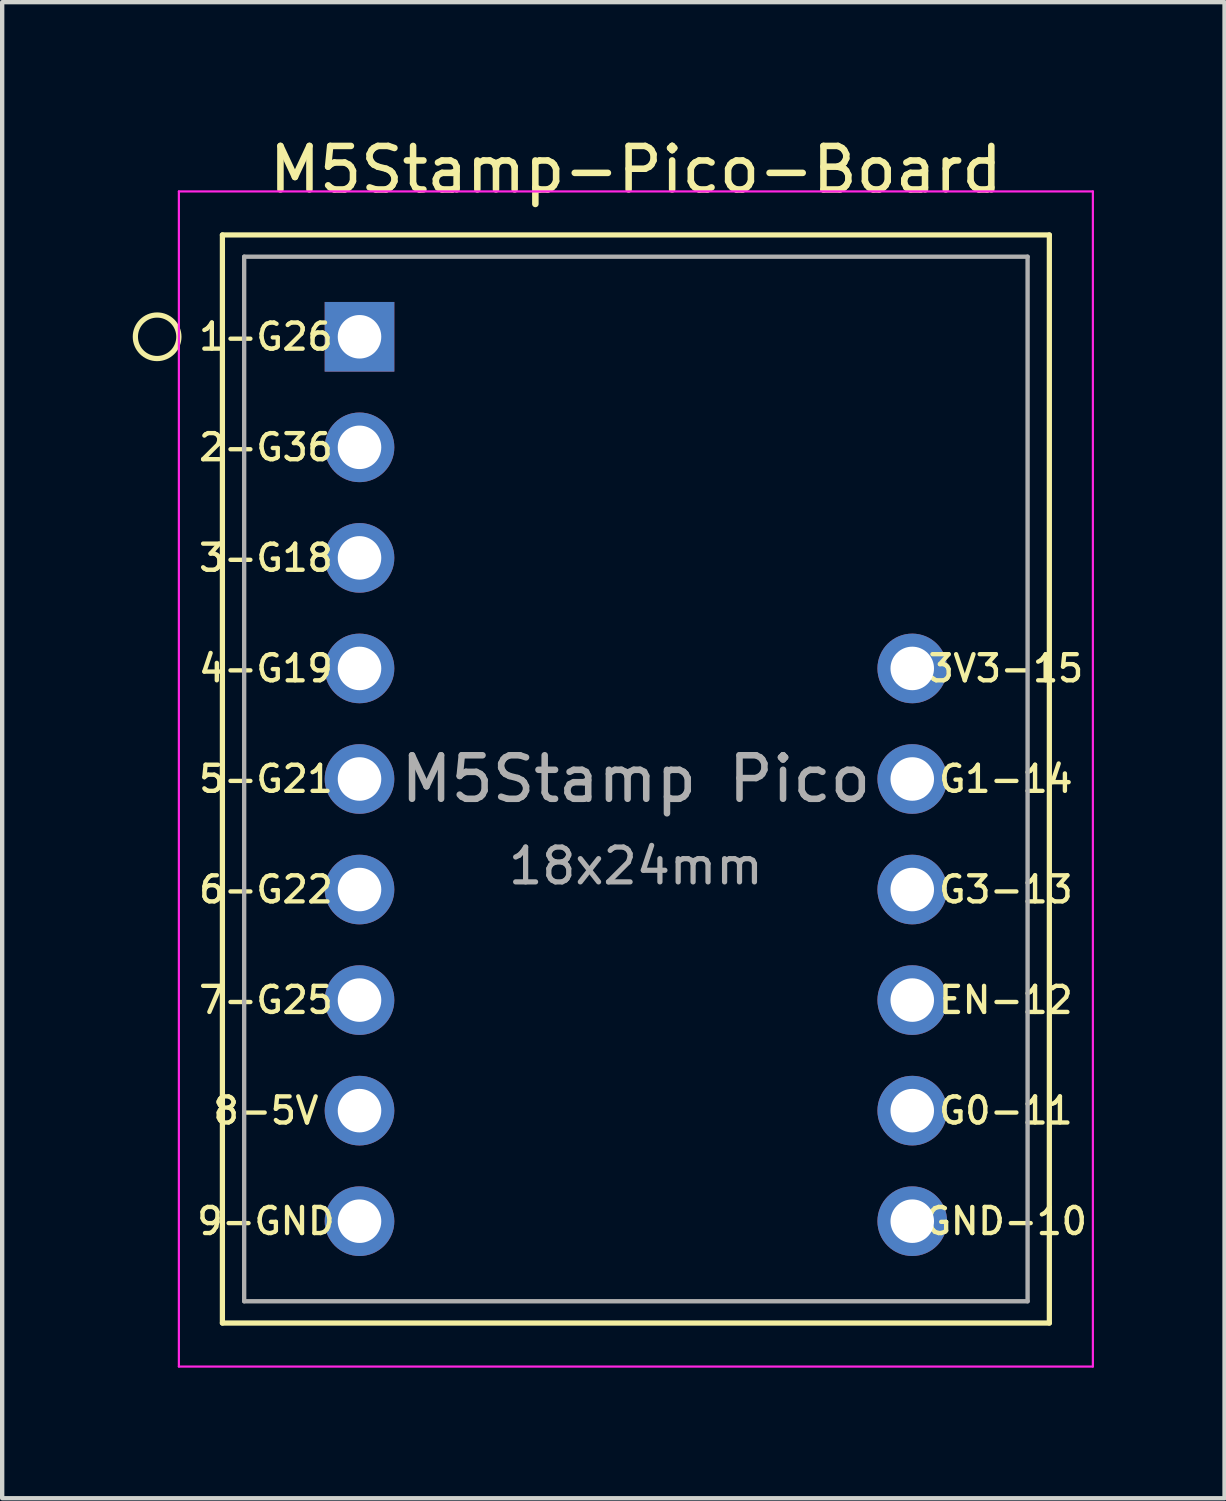
<source format=kicad_pcb>
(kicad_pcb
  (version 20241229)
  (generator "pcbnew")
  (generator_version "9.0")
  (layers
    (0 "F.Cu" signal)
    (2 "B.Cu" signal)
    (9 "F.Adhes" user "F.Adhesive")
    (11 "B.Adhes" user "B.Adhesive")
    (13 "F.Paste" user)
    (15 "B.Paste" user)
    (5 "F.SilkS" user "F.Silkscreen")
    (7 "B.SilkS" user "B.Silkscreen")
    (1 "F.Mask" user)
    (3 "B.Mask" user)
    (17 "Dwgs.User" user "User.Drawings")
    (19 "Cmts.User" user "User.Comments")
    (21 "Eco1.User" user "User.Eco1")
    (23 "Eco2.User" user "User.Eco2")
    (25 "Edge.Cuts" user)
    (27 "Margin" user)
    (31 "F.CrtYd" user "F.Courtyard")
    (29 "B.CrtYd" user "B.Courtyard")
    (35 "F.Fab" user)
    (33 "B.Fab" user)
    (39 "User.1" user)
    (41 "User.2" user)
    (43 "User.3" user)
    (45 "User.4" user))
  (footprint "M5Stamp-Pico-Board"
    (layer "F.Cu")
    (at 11.56 14.848)
    (property "Reference" "M5Stamp-Pico-Board" (at 0 -14 0) (layer "F.SilkS") (effects (font (size 1 1) (thickness 0.15))))
    (attr through_hole)
    (fp_line (start -9.5 -12.5) (end 9.5 -12.5) (stroke (width 0.12) (type solid)) (layer "F.SilkS"))
    (fp_line (start -9.5 12.5) (end -9.5 -12.5) (stroke (width 0.12) (type solid)) (layer "F.SilkS"))
    (fp_line (start 9.5 -12.5) (end 9.5 12.5) (stroke (width 0.12) (type solid)) (layer "F.SilkS"))
    (fp_line (start 9.5 12.5) (end -9.5 12.5) (stroke (width 0.12) (type solid)) (layer "F.SilkS"))
    (fp_circle (center -11 -10.16) (end -10.5 -10.16) (stroke (width 0.12) (type solid)) (fill no) (layer "F.SilkS"))
    (fp_line (start -10.5 -13.5) (end 10.5 -13.5) (stroke (width 0.05) (type solid)) (layer "F.CrtYd"))
    (fp_line (start -10.5 13.5) (end -10.5 -13.5) (stroke (width 0.05) (type solid)) (layer "F.CrtYd"))
    (fp_line (start 10.5 -13.5) (end 10.5 13.5) (stroke (width 0.05) (type solid)) (layer "F.CrtYd"))
    (fp_line (start 10.5 13.5) (end -10.5 13.5) (stroke (width 0.05) (type solid)) (layer "F.CrtYd"))
    (fp_line (start -9 -12) (end 9 -12) (stroke (width 0.1) (type solid)) (layer "F.Fab"))
    (fp_line (start -9 12) (end -9 -12) (stroke (width 0.1) (type solid)) (layer "F.Fab"))
    (fp_line (start 9 -12) (end 9 12) (stroke (width 0.1) (type solid)) (layer "F.Fab"))
    (fp_line (start 9 12) (end -9 12) (stroke (width 0.1) (type solid)) (layer "F.Fab"))
    (fp_text user "G1-14" (at 8.5 0 0) (layer "F.SilkS") (effects (font (size 0.6 0.6) (thickness 0.1))))
    (fp_text user "9-GND" (at -8.5 10.16 0) (layer "F.SilkS") (effects (font (size 0.6 0.6) (thickness 0.1))))
    (fp_text user "G3-13" (at 8.5 2.54 0) (layer "F.SilkS") (effects (font (size 0.6 0.6) (thickness 0.1))))
    (fp_text user "3V3-15" (at 8.5 -2.54 0) (layer "F.SilkS") (effects (font (size 0.6 0.6) (thickness 0.1))))
    (fp_text user "4-G19" (at -8.5 -2.54 0) (layer "F.SilkS") (effects (font (size 0.6 0.6) (thickness 0.1))))
    (fp_text user "6-G22" (at -8.5 2.54 0) (layer "F.SilkS") (effects (font (size 0.6 0.6) (thickness 0.1))))
    (fp_text user "2-G36" (at -8.5 -7.62 0) (layer "F.SilkS") (effects (font (size 0.6 0.6) (thickness 0.1))))
    (fp_text user "8-5V" (at -8.5 7.62 0) (layer "F.SilkS") (effects (font (size 0.6 0.6) (thickness 0.1))))
    (fp_text user "5-G21" (at -8.5 0 0) (layer "F.SilkS") (effects (font (size 0.6 0.6) (thickness 0.1))))
    (fp_text user "7-G25" (at -8.5 5.08 0) (layer "F.SilkS") (effects (font (size 0.6 0.6) (thickness 0.1))))
    (fp_text user "EN-12" (at 8.5 5.08 0) (layer "F.SilkS") (effects (font (size 0.6 0.6) (thickness 0.1))))
    (fp_text user "G0-11" (at 8.5 7.62 0) (layer "F.SilkS") (effects (font (size 0.6 0.6) (thickness 0.1))))
    (fp_text user "1-G26" (at -8.5 -10.16 0) (layer "F.SilkS") (effects (font (size 0.6 0.6) (thickness 0.1))))
    (fp_text user "GND-10" (at 8.5 10.16 0) (layer "F.SilkS") (effects (font (size 0.6 0.6) (thickness 0.1))))
    (fp_text user "3-G18" (at -8.5 -5.08 0) (layer "F.SilkS") (effects (font (size 0.6 0.6) (thickness 0.1))))
    (fp_text user "18x24mm" (at 0 2 0) (layer "F.Fab") (effects (font (size 0.8 0.8) (thickness 0.12))))
    (fp_text user "M5Stamp Pico" (at 0 0 0) (layer "F.Fab") (effects (font (size 1 1) (thickness 0.15))))
    (pad "1" thru_hole rect (at -6.35 -10.16) (size 1.6 1.6) (drill 1) (layers "*.Cu" "*.Mask"))
    (pad "2" thru_hole circle (at -6.35 -7.62) (size 1.6 1.6) (drill 1) (layers "*.Cu" "*.Mask"))
    (pad "3" thru_hole circle (at -6.35 -5.08) (size 1.6 1.6) (drill 1) (layers "*.Cu" "*.Mask"))
    (pad "4" thru_hole circle (at -6.35 -2.54) (size 1.6 1.6) (drill 1) (layers "*.Cu" "*.Mask"))
    (pad "5" thru_hole circle (at -6.35 0) (size 1.6 1.6) (drill 1) (layers "*.Cu" "*.Mask"))
    (pad "6" thru_hole circle (at -6.35 2.54) (size 1.6 1.6) (drill 1) (layers "*.Cu" "*.Mask"))
    (pad "7" thru_hole circle (at -6.35 5.08) (size 1.6 1.6) (drill 1) (layers "*.Cu" "*.Mask"))
    (pad "8" thru_hole circle (at -6.35 7.62) (size 1.6 1.6) (drill 1) (layers "*.Cu" "*.Mask"))
    (pad "9" thru_hole circle (at -6.35 10.16) (size 1.6 1.6) (drill 1) (layers "*.Cu" "*.Mask"))
    (pad "10" thru_hole circle (at 6.35 10.16) (size 1.6 1.6) (drill 1) (layers "*.Cu" "*.Mask"))
    (pad "11" thru_hole circle (at 6.35 7.62) (size 1.6 1.6) (drill 1) (layers "*.Cu" "*.Mask"))
    (pad "12" thru_hole circle (at 6.35 5.08) (size 1.6 1.6) (drill 1) (layers "*.Cu" "*.Mask"))
    (pad "13" thru_hole circle (at 6.35 2.54) (size 1.6 1.6) (drill 1) (layers "*.Cu" "*.Mask"))
    (pad "14" thru_hole circle (at 6.35 0) (size 1.6 1.6) (drill 1) (layers "*.Cu" "*.Mask"))
    (pad "15" thru_hole circle (at 6.35 -2.54) (size 1.6 1.6) (drill 1) (layers "*.Cu" "*.Mask")))
  (gr_rect
    (start -3 -3)
    (end 25.085 31.373)
    (stroke (width 0.1) (type default))
    (fill no)
    (layer "Edge.Cuts")))
</source>
